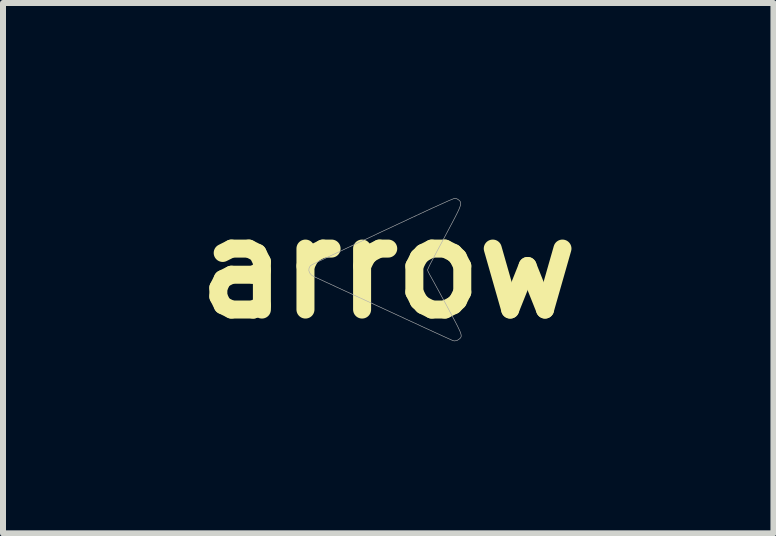
<source format=kicad_pcb>
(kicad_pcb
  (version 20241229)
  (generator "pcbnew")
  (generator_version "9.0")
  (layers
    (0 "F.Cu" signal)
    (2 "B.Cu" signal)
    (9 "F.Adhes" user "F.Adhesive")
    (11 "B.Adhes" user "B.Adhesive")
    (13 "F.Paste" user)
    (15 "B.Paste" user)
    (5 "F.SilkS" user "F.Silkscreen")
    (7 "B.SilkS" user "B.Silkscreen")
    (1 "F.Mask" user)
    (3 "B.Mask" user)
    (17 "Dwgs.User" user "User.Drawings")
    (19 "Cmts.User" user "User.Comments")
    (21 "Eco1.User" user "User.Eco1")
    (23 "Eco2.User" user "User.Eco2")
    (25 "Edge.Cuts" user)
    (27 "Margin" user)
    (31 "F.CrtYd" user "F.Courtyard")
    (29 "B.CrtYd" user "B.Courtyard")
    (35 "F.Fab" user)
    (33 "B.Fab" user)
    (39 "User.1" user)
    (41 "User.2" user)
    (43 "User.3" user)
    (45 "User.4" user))
  (footprint "arrow"
    (layer "F.Cu")
    (at 3.418 1.418)
    (property "Reference" "arrow" (at 0 0 0) (layer "F.SilkS") (effects (font (size 1.524 1.524) (thickness 0.3))))
    (attr through_hole)
    (fp_poly (pts (xy 1.144 -1.156) (xy 1.174 -1.137) (xy 1.189 -1.123) (xy 1.201 -1.108) (xy 1.207 -1.091) (xy 1.208 -1.07) (xy 1.202 -1.043) (xy 1.19 -1.008) (xy 1.171 -0.963) (xy 1.143 -0.906) (xy 1.107 -0.835) (xy 1.062 -0.749) (xy 1.035 -0.699) (xy 0.989 -0.612) (xy 0.941 -0.521) (xy 0.892 -0.43) (xy 0.846 -0.344) (xy 0.805 -0.267) (xy 0.771 -0.202) (xy 0.76 -0.183) (xy 0.729 -0.124) (xy 0.701 -0.071) (xy 0.679 -0.026) (xy 0.664 0.008) (xy 0.656 0.027) (xy 0.656 0.029) (xy 0.661 0.047) (xy 0.675 0.077) (xy 0.694 0.113) (xy 0.697 0.119) (xy 0.711 0.142) (xy 0.733 0.183) (xy 0.763 0.237) (xy 0.799 0.303) (xy 0.841 0.379) (xy 0.886 0.463) (xy 0.935 0.552) (xy 0.978 0.632) (xy 1.036 0.741) (xy 1.085 0.832) (xy 1.125 0.908) (xy 1.157 0.97) (xy 1.181 1.021) (xy 1.199 1.06) (xy 1.21 1.092) (xy 1.215 1.115) (xy 1.216 1.134) (xy 1.211 1.149) (xy 1.204 1.161) (xy 1.193 1.173) (xy 1.188 1.177) (xy 1.147 1.205) (xy 1.103 1.212) (xy 1.079 1.207) (xy 1.067 1.202) (xy 1.036 1.188) (xy 0.988 1.166) (xy 0.925 1.138) (xy 0.848 1.102) (xy 0.757 1.061) (xy 0.655 1.014) (xy 0.542 0.962) (xy 0.419 0.905) (xy 0.288 0.845) (xy 0.151 0.781) (xy 0.008 0.715) (xy -0.074 0.677) (xy -0.22 0.61) (xy -0.362 0.544) (xy -0.497 0.482) (xy -0.624 0.423) (xy -0.744 0.368) (xy -0.853 0.318) (xy -0.951 0.272) (xy -1.037 0.233) (xy -1.109 0.199) (xy -1.166 0.173) (xy -1.207 0.154) (xy -1.231 0.143) (xy -1.237 0.141) (xy -1.28 0.114) (xy -1.309 0.079) (xy -1.323 0.039) (xy -1.319 -0.001) (xy -1.304 -0.029) (xy -1.302 -0.032) (xy -1.3 -0.035) (xy -1.299 -0.038) (xy -1.296 -0.041) (xy -1.291 -0.044) (xy -1.284 -0.049) (xy -1.272 -0.056) (xy -1.255 -0.065) (xy -1.232 -0.077) (xy -1.202 -0.091) (xy -1.165 -0.11) (xy -1.118 -0.132) (xy -1.062 -0.159) (xy -0.994 -0.191) (xy -0.915 -0.228) (xy -0.823 -0.271) (xy -0.718 -0.321) (xy -0.597 -0.378) (xy -0.461 -0.442) (xy -0.308 -0.513) (xy -0.138 -0.594) (xy -0.041 -0.639) (xy 0.147 -0.727) (xy 0.32 -0.808) (xy 0.476 -0.881) (xy 0.616 -0.946) (xy 0.739 -1.003) (xy 0.846 -1.051) (xy 0.934 -1.091) (xy 1.005 -1.123) (xy 1.058 -1.145) (xy 1.093 -1.159) (xy 1.108 -1.164) (xy 1.109 -1.164) (xy 1.144 -1.156)) (stroke (width 0.01) (type solid)) (fill no) (layer "F.Fab")))
  (gr_rect
    (start -3 -3)
    (end 9.836 5.836)
    (stroke (width 0.1) (type default))
    (fill no)
    (layer "Edge.Cuts")))
</source>
